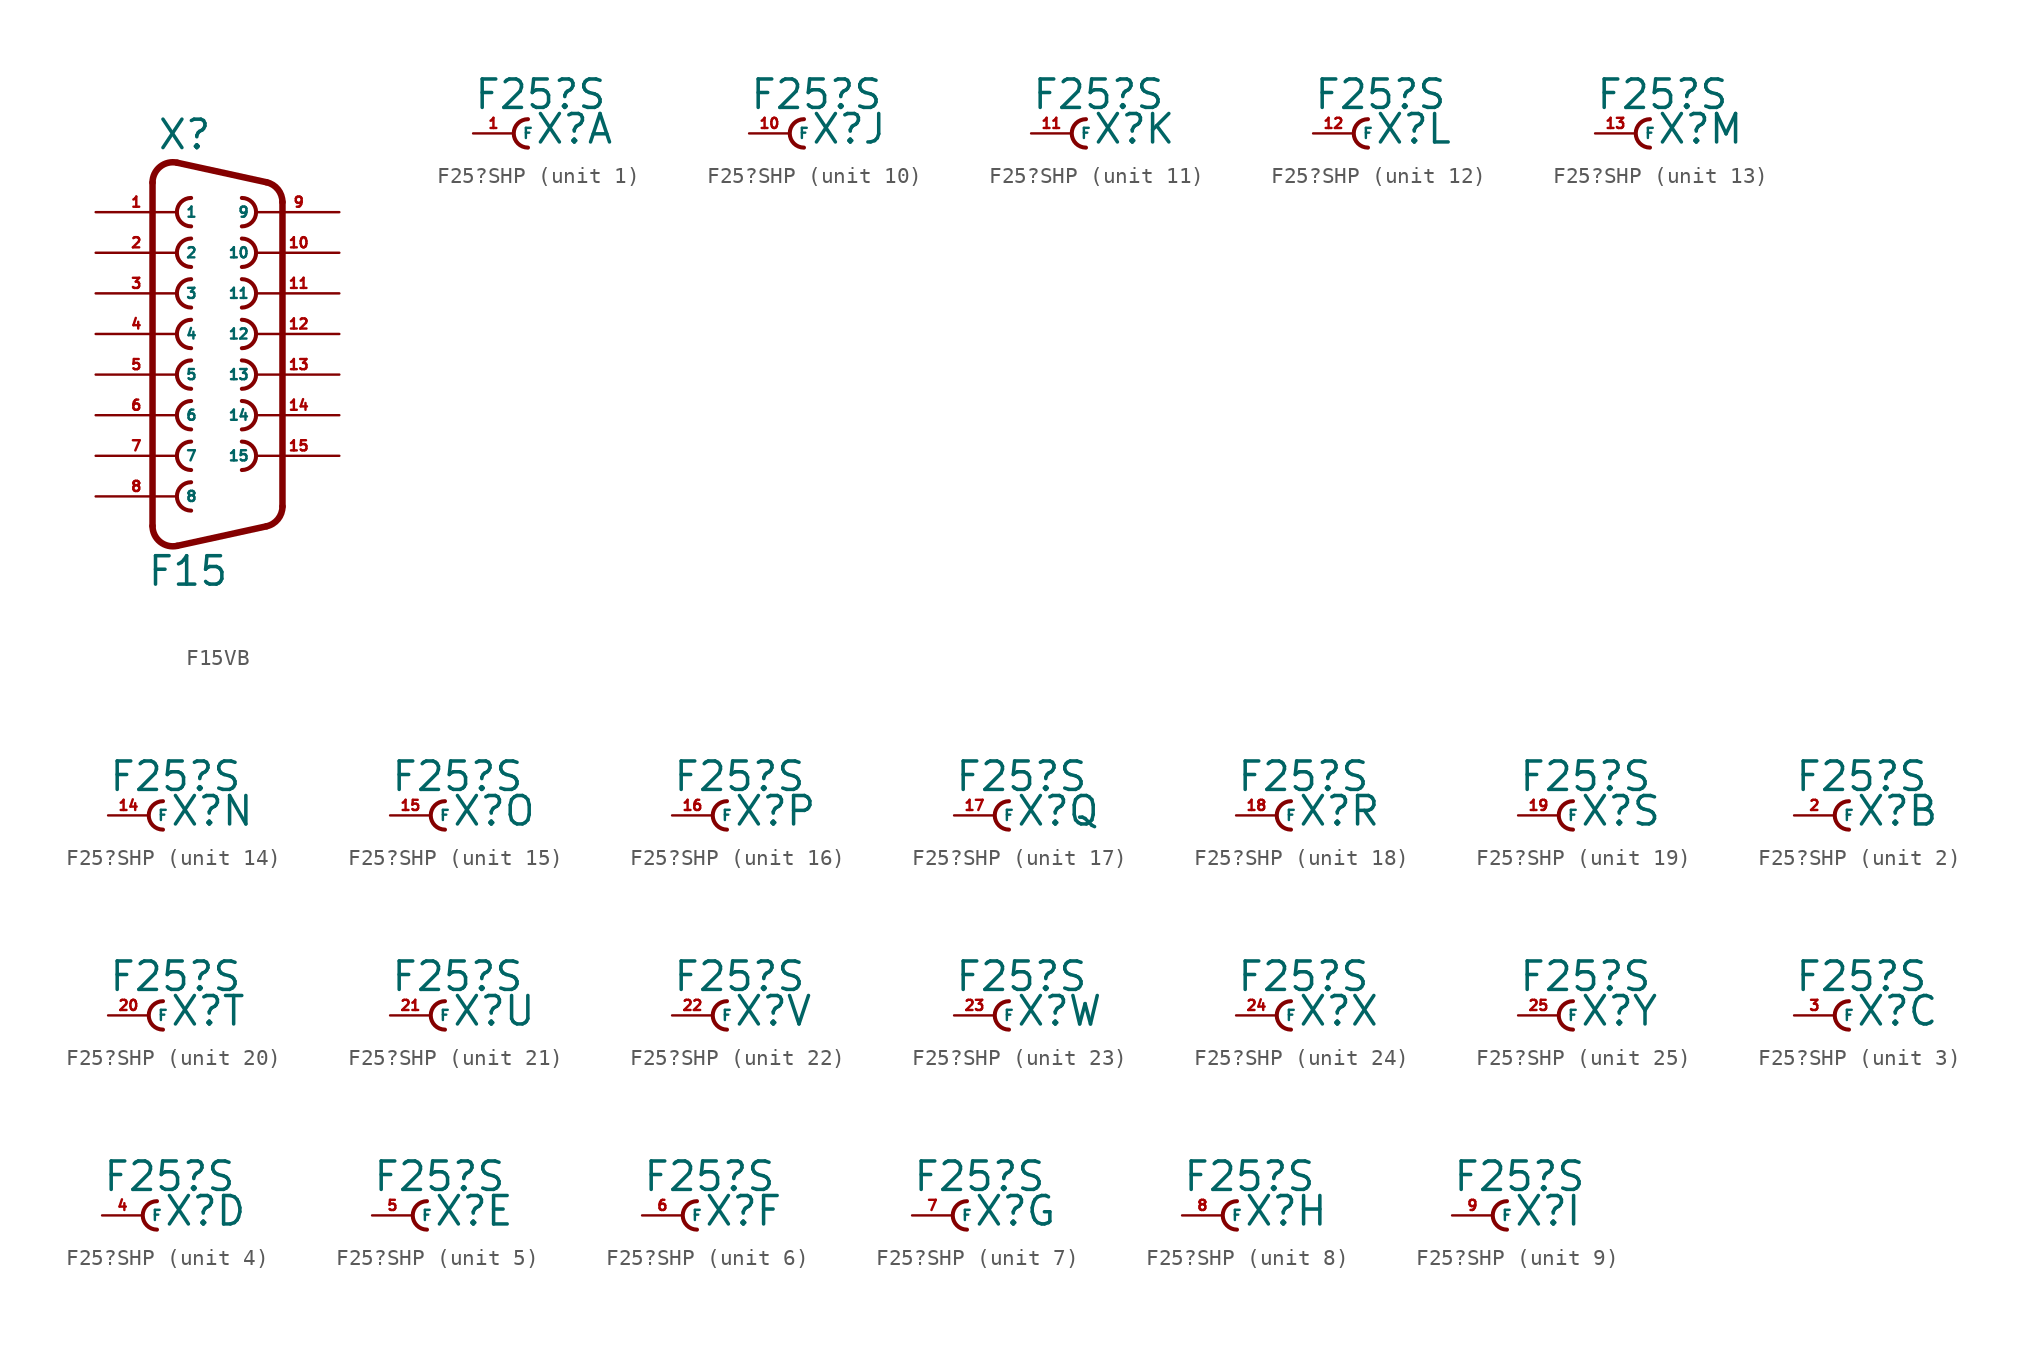
<source format=kicad_sym>
(kicad_symbol_lib
  (version 20220914)
  (generator Eagle2Kicad)
  (symbol "F15VB"
    (property "Reference" "X"
      (at -3.81 11.43 0)
      (effects (font (size 1.778 1.778) (thickness 0.22)) (justify left bottom)))
    (property "Value" "F15"
      (at -4.445 -15.875 0)
      (effects (font (size 1.778 1.778) (thickness 0.22)) (justify left bottom)))
    (arc
      (start -1.651 8.509)
      (mid -2.540 7.620)
      (end -1.651 6.731)
      (stroke (width 0.254) (type default))
      (fill (type none)))
    (arc
      (start 1.524 6.731)
      (mid 2.413 7.620)
      (end 1.524 8.509)
      (stroke (width 0.254) (type default))
      (fill (type none)))
    (arc
      (start -1.651 5.969)
      (mid -2.540 5.080)
      (end -1.651 4.191)
      (stroke (width 0.254) (type default))
      (fill (type none)))
    (arc
      (start 1.524 4.191)
      (mid 2.413 5.080)
      (end 1.524 5.969)
      (stroke (width 0.254) (type default))
      (fill (type none)))
    (arc
      (start -1.651 3.429)
      (mid -2.540 2.540)
      (end -1.651 1.651)
      (stroke (width 0.254) (type default))
      (fill (type none)))
    (arc
      (start 1.524 1.651)
      (mid 2.413 2.540)
      (end 1.524 3.429)
      (stroke (width 0.254) (type default))
      (fill (type none)))
    (arc
      (start -1.651 0.889)
      (mid -2.540 0.000)
      (end -1.651 -0.889)
      (stroke (width 0.254) (type default))
      (fill (type none)))
    (arc
      (start 1.524 -0.889)
      (mid 2.413 0.000)
      (end 1.524 0.889)
      (stroke (width 0.254) (type default))
      (fill (type none)))
    (arc
      (start -1.651 -1.651)
      (mid -2.540 -2.540)
      (end -1.651 -3.429)
      (stroke (width 0.254) (type default))
      (fill (type none)))
    (arc
      (start 1.524 -3.429)
      (mid 2.413 -2.540)
      (end 1.524 -1.651)
      (stroke (width 0.254) (type default))
      (fill (type none)))
    (arc
      (start -1.651 -4.191)
      (mid -2.540 -5.080)
      (end -1.651 -5.969)
      (stroke (width 0.254) (type default))
      (fill (type none)))
    (arc
      (start 1.524 -5.969)
      (mid 2.413 -5.080)
      (end 1.524 -4.191)
      (stroke (width 0.254) (type default))
      (fill (type none)))
    (arc
      (start -1.651 -6.731)
      (mid -2.540 -7.620)
      (end -1.651 -8.509)
      (stroke (width 0.254) (type default))
      (fill (type none)))
    (arc
      (start 1.524 -8.509)
      (mid 2.413 -7.620)
      (end 1.524 -6.731)
      (stroke (width 0.254) (type default))
      (fill (type none)))
    (arc
      (start -1.651 -9.271)
      (mid -2.540 -10.160)
      (end -1.651 -11.049)
      (stroke (width 0.254) (type default))
      (fill (type none)))
    (arc
      (start -2.5226 10.712)
      (mid -3.590 10.461)
      (end -4.064 9.4712)
      (stroke (width 0.4064) (type default))
      (fill (type none)))
    (polyline
      (pts (xy -2.523 10.712) (xy 3.065 9.489))
      (stroke (width 0.406) (type default))
      (fill (type none)))
    (arc
      (start 4.0642 8.2488)
      (mid 3.783 9.045)
      (end 3.0654 9.4895)
      (stroke (width 0.4064) (type default))
      (fill (type none)))
    (polyline
      (pts (xy 4.064 -10.789) (xy 4.064 8.249))
      (stroke (width 0.406) (type default))
      (fill (type none)))
    (arc
      (start 3.0654 -12.0294)
      (mid 3.783 -11.585)
      (end 4.064 -10.7888)
      (stroke (width 0.4064) (type default))
      (fill (type none)))
    (polyline
      (pts (xy -4.064 -12.011) (xy -4.064 9.471))
      (stroke (width 0.406) (type default))
      (fill (type none)))
    (polyline
      (pts (xy -2.523 -13.252) (xy 3.065 -12.029))
      (stroke (width 0.406) (type default))
      (fill (type none)))
    (arc
      (start -4.064 -12.0112)
      (mid -3.590 -13.001)
      (end -2.5226 -13.2519)
      (stroke (width 0.4064) (type default))
      (fill (type none)))
    (pin passive line
      (at -7.62 7.62 0)
      (length 5.08)
      (name "1" (effects (font (size 0.635 0.635) (thickness 0.08)) (justify left bottom)))
      (number "1" (effects (font (size 0.635 0.635) (thickness 0.08)) (justify left bottom))))
    (pin passive line
      (at -7.62 5.08 0)
      (length 5.08)
      (name "2" (effects (font (size 0.635 0.635) (thickness 0.08)) (justify left bottom)))
      (number "2" (effects (font (size 0.635 0.635) (thickness 0.08)) (justify left bottom))))
    (pin passive line
      (at -7.62 2.54 0)
      (length 5.08)
      (name "3" (effects (font (size 0.635 0.635) (thickness 0.08)) (justify left bottom)))
      (number "3" (effects (font (size 0.635 0.635) (thickness 0.08)) (justify left bottom))))
    (pin passive line
      (at -7.62 0 0)
      (length 5.08)
      (name "4" (effects (font (size 0.635 0.635) (thickness 0.08)) (justify left bottom)))
      (number "4" (effects (font (size 0.635 0.635) (thickness 0.08)) (justify left bottom))))
    (pin passive line
      (at -7.62 -2.54 0)
      (length 5.08)
      (name "5" (effects (font (size 0.635 0.635) (thickness 0.08)) (justify left bottom)))
      (number "5" (effects (font (size 0.635 0.635) (thickness 0.08)) (justify left bottom))))
    (pin passive line
      (at -7.62 -5.08 0)
      (length 5.08)
      (name "6" (effects (font (size 0.635 0.635) (thickness 0.08)) (justify left bottom)))
      (number "6" (effects (font (size 0.635 0.635) (thickness 0.08)) (justify left bottom))))
    (pin passive line
      (at -7.62 -7.62 0)
      (length 5.08)
      (name "7" (effects (font (size 0.635 0.635) (thickness 0.08)) (justify left bottom)))
      (number "7" (effects (font (size 0.635 0.635) (thickness 0.08)) (justify left bottom))))
    (pin passive line
      (at -7.62 -10.16 0)
      (length 5.08)
      (name "8" (effects (font (size 0.635 0.635) (thickness 0.08)) (justify left bottom)))
      (number "8" (effects (font (size 0.635 0.635) (thickness 0.08)) (justify left bottom))))
    (pin passive line
      (at 7.62 7.62 180)
      (length 5.08)
      (name "9" (effects (font (size 0.635 0.635) (thickness 0.08)) (justify left bottom)))
      (number "9" (effects (font (size 0.635 0.635) (thickness 0.08)) (justify left bottom))))
    (pin passive line
      (at 7.62 5.08 180)
      (length 5.08)
      (name "10" (effects (font (size 0.635 0.635) (thickness 0.08)) (justify left bottom)))
      (number "10" (effects (font (size 0.635 0.635) (thickness 0.08)) (justify left bottom))))
    (pin passive line
      (at 7.62 2.54 180)
      (length 5.08)
      (name "11" (effects (font (size 0.635 0.635) (thickness 0.08)) (justify left bottom)))
      (number "11" (effects (font (size 0.635 0.635) (thickness 0.08)) (justify left bottom))))
    (pin passive line
      (at 7.62 0 180)
      (length 5.08)
      (name "12" (effects (font (size 0.635 0.635) (thickness 0.08)) (justify left bottom)))
      (number "12" (effects (font (size 0.635 0.635) (thickness 0.08)) (justify left bottom))))
    (pin passive line
      (at 7.62 -2.54 180)
      (length 5.08)
      (name "13" (effects (font (size 0.635 0.635) (thickness 0.08)) (justify left bottom)))
      (number "13" (effects (font (size 0.635 0.635) (thickness 0.08)) (justify left bottom))))
    (pin passive line
      (at 7.62 -5.08 180)
      (length 5.08)
      (name "14" (effects (font (size 0.635 0.635) (thickness 0.08)) (justify left bottom)))
      (number "14" (effects (font (size 0.635 0.635) (thickness 0.08)) (justify left bottom))))
    (pin passive line
      (at 7.62 -7.62 180)
      (length 5.08)
      (name "15" (effects (font (size 0.635 0.635) (thickness 0.08)) (justify left bottom)))
      (number "15" (effects (font (size 0.635 0.635) (thickness 0.08)) (justify left bottom)))))
  (symbol "F25?SHP"
    (property "Reference" "X"
      (at 1.27 -0.762 0)
      (effects (font (size 1.778 1.778) (thickness 0.22)) (justify left bottom)))
    (property "Value" "F25?S"
      (at -2.54 1.397 0)
      (effects (font (size 1.778 1.778) (thickness 0.22)) (justify left bottom)))
    (symbol "F25?SHP_1_0"
      (arc (start 0.889 0.889) (mid 0.000 0.000) (end 0.889 -0.889) (stroke (width 0.254) (type default)) (fill (type none)))
      (pin passive line (at -2.54 0 0) (length 2.54) (name "F" (effects (font (size 0.635 0.635) (thickness 0.08)) (justify left bottom))) (number "1" (effects (font (size 0.635 0.635) (thickness 0.08)) (justify left bottom)))))
    (symbol "F25?SHP_2_0"
      (arc (start 0.889 0.889) (mid 0.000 0.000) (end 0.889 -0.889) (stroke (width 0.254) (type default)) (fill (type none)))
      (pin passive line (at -2.54 0 0) (length 2.54) (name "F" (effects (font (size 0.635 0.635) (thickness 0.08)) (justify left bottom))) (number "2" (effects (font (size 0.635 0.635) (thickness 0.08)) (justify left bottom)))))
    (symbol "F25?SHP_3_0"
      (arc (start 0.889 0.889) (mid 0.000 0.000) (end 0.889 -0.889) (stroke (width 0.254) (type default)) (fill (type none)))
      (pin passive line (at -2.54 0 0) (length 2.54) (name "F" (effects (font (size 0.635 0.635) (thickness 0.08)) (justify left bottom))) (number "3" (effects (font (size 0.635 0.635) (thickness 0.08)) (justify left bottom)))))
    (symbol "F25?SHP_4_0"
      (arc (start 0.889 0.889) (mid 0.000 0.000) (end 0.889 -0.889) (stroke (width 0.254) (type default)) (fill (type none)))
      (pin passive line (at -2.54 0 0) (length 2.54) (name "F" (effects (font (size 0.635 0.635) (thickness 0.08)) (justify left bottom))) (number "4" (effects (font (size 0.635 0.635) (thickness 0.08)) (justify left bottom)))))
    (symbol "F25?SHP_5_0"
      (arc (start 0.889 0.889) (mid 0.000 0.000) (end 0.889 -0.889) (stroke (width 0.254) (type default)) (fill (type none)))
      (pin passive line (at -2.54 0 0) (length 2.54) (name "F" (effects (font (size 0.635 0.635) (thickness 0.08)) (justify left bottom))) (number "5" (effects (font (size 0.635 0.635) (thickness 0.08)) (justify left bottom)))))
    (symbol "F25?SHP_6_0"
      (arc (start 0.889 0.889) (mid 0.000 0.000) (end 0.889 -0.889) (stroke (width 0.254) (type default)) (fill (type none)))
      (pin passive line (at -2.54 0 0) (length 2.54) (name "F" (effects (font (size 0.635 0.635) (thickness 0.08)) (justify left bottom))) (number "6" (effects (font (size 0.635 0.635) (thickness 0.08)) (justify left bottom)))))
    (symbol "F25?SHP_7_0"
      (arc (start 0.889 0.889) (mid 0.000 0.000) (end 0.889 -0.889) (stroke (width 0.254) (type default)) (fill (type none)))
      (pin passive line (at -2.54 0 0) (length 2.54) (name "F" (effects (font (size 0.635 0.635) (thickness 0.08)) (justify left bottom))) (number "7" (effects (font (size 0.635 0.635) (thickness 0.08)) (justify left bottom)))))
    (symbol "F25?SHP_8_0"
      (arc (start 0.889 0.889) (mid 0.000 0.000) (end 0.889 -0.889) (stroke (width 0.254) (type default)) (fill (type none)))
      (pin passive line (at -2.54 0 0) (length 2.54) (name "F" (effects (font (size 0.635 0.635) (thickness 0.08)) (justify left bottom))) (number "8" (effects (font (size 0.635 0.635) (thickness 0.08)) (justify left bottom)))))
    (symbol "F25?SHP_9_0"
      (arc (start 0.889 0.889) (mid 0.000 0.000) (end 0.889 -0.889) (stroke (width 0.254) (type default)) (fill (type none)))
      (pin passive line (at -2.54 0 0) (length 2.54) (name "F" (effects (font (size 0.635 0.635) (thickness 0.08)) (justify left bottom))) (number "9" (effects (font (size 0.635 0.635) (thickness 0.08)) (justify left bottom)))))
    (symbol "F25?SHP_10_0"
      (arc (start 0.889 0.889) (mid 0.000 0.000) (end 0.889 -0.889) (stroke (width 0.254) (type default)) (fill (type none)))
      (pin passive line (at -2.54 0 0) (length 2.54) (name "F" (effects (font (size 0.635 0.635) (thickness 0.08)) (justify left bottom))) (number "10" (effects (font (size 0.635 0.635) (thickness 0.08)) (justify left bottom)))))
    (symbol "F25?SHP_11_0"
      (arc (start 0.889 0.889) (mid 0.000 0.000) (end 0.889 -0.889) (stroke (width 0.254) (type default)) (fill (type none)))
      (pin passive line (at -2.54 0 0) (length 2.54) (name "F" (effects (font (size 0.635 0.635) (thickness 0.08)) (justify left bottom))) (number "11" (effects (font (size 0.635 0.635) (thickness 0.08)) (justify left bottom)))))
    (symbol "F25?SHP_12_0"
      (arc (start 0.889 0.889) (mid 0.000 0.000) (end 0.889 -0.889) (stroke (width 0.254) (type default)) (fill (type none)))
      (pin passive line (at -2.54 0 0) (length 2.54) (name "F" (effects (font (size 0.635 0.635) (thickness 0.08)) (justify left bottom))) (number "12" (effects (font (size 0.635 0.635) (thickness 0.08)) (justify left bottom)))))
    (symbol "F25?SHP_13_0"
      (arc (start 0.889 0.889) (mid 0.000 0.000) (end 0.889 -0.889) (stroke (width 0.254) (type default)) (fill (type none)))
      (pin passive line (at -2.54 0 0) (length 2.54) (name "F" (effects (font (size 0.635 0.635) (thickness 0.08)) (justify left bottom))) (number "13" (effects (font (size 0.635 0.635) (thickness 0.08)) (justify left bottom)))))
    (symbol "F25?SHP_14_0"
      (arc (start 0.889 0.889) (mid 0.000 0.000) (end 0.889 -0.889) (stroke (width 0.254) (type default)) (fill (type none)))
      (pin passive line (at -2.54 0 0) (length 2.54) (name "F" (effects (font (size 0.635 0.635) (thickness 0.08)) (justify left bottom))) (number "14" (effects (font (size 0.635 0.635) (thickness 0.08)) (justify left bottom)))))
    (symbol "F25?SHP_15_0"
      (arc (start 0.889 0.889) (mid 0.000 0.000) (end 0.889 -0.889) (stroke (width 0.254) (type default)) (fill (type none)))
      (pin passive line (at -2.54 0 0) (length 2.54) (name "F" (effects (font (size 0.635 0.635) (thickness 0.08)) (justify left bottom))) (number "15" (effects (font (size 0.635 0.635) (thickness 0.08)) (justify left bottom)))))
    (symbol "F25?SHP_16_0"
      (arc (start 0.889 0.889) (mid 0.000 0.000) (end 0.889 -0.889) (stroke (width 0.254) (type default)) (fill (type none)))
      (pin passive line (at -2.54 0 0) (length 2.54) (name "F" (effects (font (size 0.635 0.635) (thickness 0.08)) (justify left bottom))) (number "16" (effects (font (size 0.635 0.635) (thickness 0.08)) (justify left bottom)))))
    (symbol "F25?SHP_17_0"
      (arc (start 0.889 0.889) (mid 0.000 0.000) (end 0.889 -0.889) (stroke (width 0.254) (type default)) (fill (type none)))
      (pin passive line (at -2.54 0 0) (length 2.54) (name "F" (effects (font (size 0.635 0.635) (thickness 0.08)) (justify left bottom))) (number "17" (effects (font (size 0.635 0.635) (thickness 0.08)) (justify left bottom)))))
    (symbol "F25?SHP_18_0"
      (arc (start 0.889 0.889) (mid 0.000 0.000) (end 0.889 -0.889) (stroke (width 0.254) (type default)) (fill (type none)))
      (pin passive line (at -2.54 0 0) (length 2.54) (name "F" (effects (font (size 0.635 0.635) (thickness 0.08)) (justify left bottom))) (number "18" (effects (font (size 0.635 0.635) (thickness 0.08)) (justify left bottom)))))
    (symbol "F25?SHP_19_0"
      (arc (start 0.889 0.889) (mid 0.000 0.000) (end 0.889 -0.889) (stroke (width 0.254) (type default)) (fill (type none)))
      (pin passive line (at -2.54 0 0) (length 2.54) (name "F" (effects (font (size 0.635 0.635) (thickness 0.08)) (justify left bottom))) (number "19" (effects (font (size 0.635 0.635) (thickness 0.08)) (justify left bottom)))))
    (symbol "F25?SHP_20_0"
      (arc (start 0.889 0.889) (mid 0.000 0.000) (end 0.889 -0.889) (stroke (width 0.254) (type default)) (fill (type none)))
      (pin passive line (at -2.54 0 0) (length 2.54) (name "F" (effects (font (size 0.635 0.635) (thickness 0.08)) (justify left bottom))) (number "20" (effects (font (size 0.635 0.635) (thickness 0.08)) (justify left bottom)))))
    (symbol "F25?SHP_21_0"
      (arc (start 0.889 0.889) (mid 0.000 0.000) (end 0.889 -0.889) (stroke (width 0.254) (type default)) (fill (type none)))
      (pin passive line (at -2.54 0 0) (length 2.54) (name "F" (effects (font (size 0.635 0.635) (thickness 0.08)) (justify left bottom))) (number "21" (effects (font (size 0.635 0.635) (thickness 0.08)) (justify left bottom)))))
    (symbol "F25?SHP_22_0"
      (arc (start 0.889 0.889) (mid 0.000 0.000) (end 0.889 -0.889) (stroke (width 0.254) (type default)) (fill (type none)))
      (pin passive line (at -2.54 0 0) (length 2.54) (name "F" (effects (font (size 0.635 0.635) (thickness 0.08)) (justify left bottom))) (number "22" (effects (font (size 0.635 0.635) (thickness 0.08)) (justify left bottom)))))
    (symbol "F25?SHP_23_0"
      (arc (start 0.889 0.889) (mid 0.000 0.000) (end 0.889 -0.889) (stroke (width 0.254) (type default)) (fill (type none)))
      (pin passive line (at -2.54 0 0) (length 2.54) (name "F" (effects (font (size 0.635 0.635) (thickness 0.08)) (justify left bottom))) (number "23" (effects (font (size 0.635 0.635) (thickness 0.08)) (justify left bottom)))))
    (symbol "F25?SHP_24_0"
      (arc (start 0.889 0.889) (mid 0.000 0.000) (end 0.889 -0.889) (stroke (width 0.254) (type default)) (fill (type none)))
      (pin passive line (at -2.54 0 0) (length 2.54) (name "F" (effects (font (size 0.635 0.635) (thickness 0.08)) (justify left bottom))) (number "24" (effects (font (size 0.635 0.635) (thickness 0.08)) (justify left bottom)))))
    (symbol "F25?SHP_25_0"
      (arc (start 0.889 0.889) (mid 0.000 0.000) (end 0.889 -0.889) (stroke (width 0.254) (type default)) (fill (type none)))
      (pin passive line (at -2.54 0 0) (length 2.54) (name "F" (effects (font (size 0.635 0.635) (thickness 0.08)) (justify left bottom))) (number "25" (effects (font (size 0.635 0.635) (thickness 0.08)) (justify left bottom)))))))
</source>
